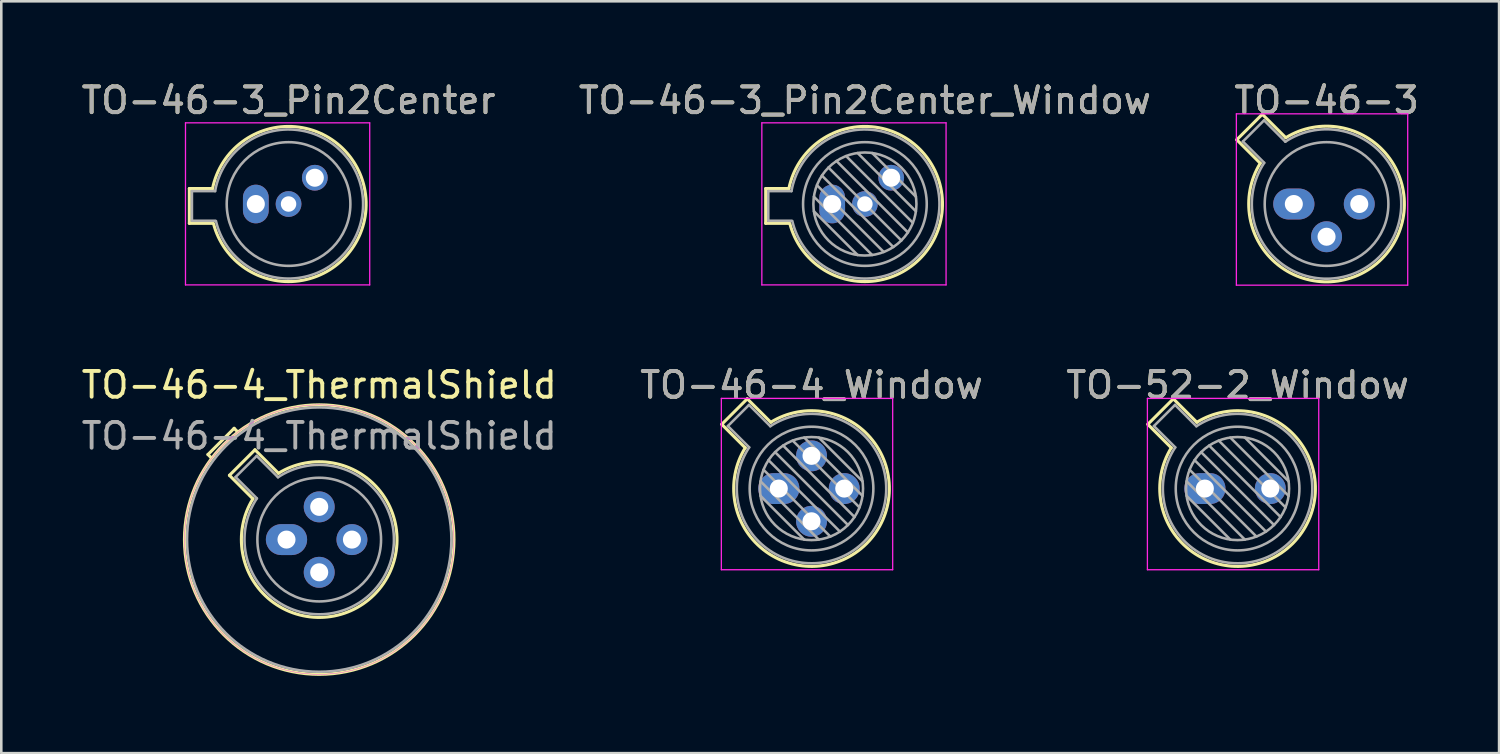
<source format=kicad_pcb>
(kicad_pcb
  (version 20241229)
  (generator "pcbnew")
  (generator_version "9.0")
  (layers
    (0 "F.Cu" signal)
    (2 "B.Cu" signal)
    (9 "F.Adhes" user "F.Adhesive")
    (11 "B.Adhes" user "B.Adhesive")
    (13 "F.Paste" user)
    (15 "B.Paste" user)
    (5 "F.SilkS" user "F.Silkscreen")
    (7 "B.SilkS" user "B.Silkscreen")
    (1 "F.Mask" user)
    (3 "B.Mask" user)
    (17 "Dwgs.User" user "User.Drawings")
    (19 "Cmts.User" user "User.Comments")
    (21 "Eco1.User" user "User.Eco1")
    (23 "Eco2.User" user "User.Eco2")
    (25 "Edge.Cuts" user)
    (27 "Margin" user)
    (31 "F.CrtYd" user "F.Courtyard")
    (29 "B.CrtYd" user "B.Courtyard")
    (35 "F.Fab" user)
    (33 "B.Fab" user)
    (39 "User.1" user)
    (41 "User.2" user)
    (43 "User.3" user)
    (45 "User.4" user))
  (footprint "TO-52-2_Window"
    (layer "F.Cu")
    (at 43.712 15.912)
    (property "Reference" "TO-52-2_Window" (at 1.27 -4.02 0) (layer "F.SilkS") (effects (font (size 1 1) (thickness 0.15))))
    (attr through_hole)
    (fp_line (start -2.214 -2.494) (end -1.302 -1.582) (stroke (width 0.12) (type solid)) (layer "F.SilkS"))
    (fp_line (start -1.224 -3.484) (end -2.214 -2.494) (stroke (width 0.12) (type solid)) (layer "F.SilkS"))
    (fp_line (start -0.312 -2.572) (end -1.224 -3.484) (stroke (width 0.12) (type solid)) (layer "F.SilkS"))
    (fp_arc (start -0.312331 -2.572281) (mid 3.405374 2.135551) (end -1.30215 -1.582544) (stroke (width 0.12) (type solid)) (layer "F.SilkS"))
    (fp_line (start -2.23 -3.5) (end -2.23 3.15) (stroke (width 0.05) (type solid)) (layer "F.CrtYd"))
    (fp_line (start -2.23 3.15) (end 4.42 3.15) (stroke (width 0.05) (type solid)) (layer "F.CrtYd"))
    (fp_line (start 4.42 -3.5) (end -2.23 -3.5) (stroke (width 0.05) (type solid)) (layer "F.CrtYd"))
    (fp_line (start 4.42 3.15) (end 4.42 -3.5) (stroke (width 0.05) (type solid)) (layer "F.CrtYd"))
    (fp_line (start -1.977 -2.426) (end -1.149 -1.599) (stroke (width 0.1) (type solid)) (layer "F.Fab"))
    (fp_line (start -1.156 -3.247) (end -1.977 -2.426) (stroke (width 0.1) (type solid)) (layer "F.Fab"))
    (fp_line (start -0.71 -0.283) (end 1.553 1.98) (stroke (width 0.1) (type solid)) (layer "F.Fab"))
    (fp_line (start -0.71 0.283) (end 0.987 1.98) (stroke (width 0.1) (type solid)) (layer "F.Fab"))
    (fp_line (start -0.592 -0.731) (end 2.001 1.862) (stroke (width 0.1) (type solid)) (layer "F.Fab"))
    (fp_line (start -0.399 -1.103) (end 2.373 1.669) (stroke (width 0.1) (type solid)) (layer "F.Fab"))
    (fp_line (start -0.329 -2.419) (end -1.156 -3.247) (stroke (width 0.1) (type solid)) (layer "F.Fab"))
    (fp_line (start -0.145 -1.415) (end 2.685 1.415) (stroke (width 0.1) (type solid)) (layer "F.Fab"))
    (fp_line (start 0.167 -1.669) (end 2.939 1.103) (stroke (width 0.1) (type solid)) (layer "F.Fab"))
    (fp_line (start 0.539 -1.862) (end 3.132 0.731) (stroke (width 0.1) (type solid)) (layer "F.Fab"))
    (fp_line (start 0.987 -1.98) (end 3.25 0.283) (stroke (width 0.1) (type solid)) (layer "F.Fab"))
    (fp_line (start 1.553 -1.98) (end 3.25 -0.283) (stroke (width 0.1) (type solid)) (layer "F.Fab"))
    (fp_arc (start -0.329057 -2.419301) (mid 3.321076 2.050143) (end -1.150029 -1.597956) (stroke (width 0.1) (type solid)) (layer "F.Fab"))
    (fp_circle (center 1.27 0) (end 3.27 0) (stroke (width 0.1) (type solid)) (fill no) (layer "F.Fab"))
    (fp_circle (center 1.27 0) (end 3.67 0) (stroke (width 0.1) (type solid)) (fill no) (layer "F.Fab"))
    (fp_text user "${REFERENCE}" (at 1.27 -4.02 0) (layer "F.Fab") (effects (font (size 1 1) (thickness 0.15))))
    (pad "1" thru_hole oval (at 0 0) (size 1.6 1.2) (drill 0.7) (layers "*.Cu" "*.Mask"))
    (pad "2" thru_hole oval (at 2.54 0) (size 1.2 1.2) (drill 0.7) (layers "*.Cu" "*.Mask")))
  (footprint "TO-46-3_Pin2Center_Window"
    (layer "F.Cu")
    (at 29.248 4.868)
    (property "Reference" "TO-46-3_Pin2Center_Window" (at 1.27 -4.02 0) (layer "F.SilkS") (effects (font (size 1 1) (thickness 0.15))))
    (attr through_hole)
    (fp_line (start -2.58 -0.6) (end -2.58 0.75) (stroke (width 0.12) (type solid)) (layer "F.SilkS"))
    (fp_line (start -2.58 0.75) (end -1.68 0.75) (stroke (width 0.12) (type solid)) (layer "F.SilkS"))
    (fp_line (start -1.68 -0.6) (end -2.58 -0.6) (stroke (width 0.12) (type solid)) (layer "F.SilkS"))
    (fp_arc (start -1.68 -0.6) (mid 4.279362 -0.078983) (end -1.644465 0.753918) (stroke (width 0.12) (type solid)) (layer "F.SilkS"))
    (fp_line (start -2.73 -3.15) (end -2.73 3.14) (stroke (width 0.05) (type solid)) (layer "F.CrtYd"))
    (fp_line (start -2.73 -3.15) (end 4.42 -3.15) (stroke (width 0.05) (type solid)) (layer "F.CrtYd"))
    (fp_line (start 4.42 3.14) (end -2.73 3.14) (stroke (width 0.05) (type solid)) (layer "F.CrtYd"))
    (fp_line (start 4.42 3.14) (end 4.42 -3.15) (stroke (width 0.05) (type solid)) (layer "F.CrtYd"))
    (fp_line (start -2.48 -0.5) (end -2.48 0.65) (stroke (width 0.1) (type solid)) (layer "F.Fab"))
    (fp_line (start -2.48 0.65) (end -1.58 0.65) (stroke (width 0.1) (type solid)) (layer "F.Fab"))
    (fp_line (start -1.58 -0.5) (end -2.48 -0.5) (stroke (width 0.1) (type solid)) (layer "F.Fab"))
    (fp_line (start -0.71 -0.283) (end 1.553 1.98) (stroke (width 0.1) (type solid)) (layer "F.Fab"))
    (fp_line (start -0.71 0.283) (end 0.987 1.98) (stroke (width 0.1) (type solid)) (layer "F.Fab"))
    (fp_line (start -0.592 -0.731) (end 2.001 1.862) (stroke (width 0.1) (type solid)) (layer "F.Fab"))
    (fp_line (start -0.399 -1.103) (end 2.373 1.669) (stroke (width 0.1) (type solid)) (layer "F.Fab"))
    (fp_line (start -0.145 -1.415) (end 2.685 1.415) (stroke (width 0.1) (type solid)) (layer "F.Fab"))
    (fp_line (start 0.167 -1.669) (end 2.939 1.103) (stroke (width 0.1) (type solid)) (layer "F.Fab"))
    (fp_line (start 0.539 -1.862) (end 3.132 0.731) (stroke (width 0.1) (type solid)) (layer "F.Fab"))
    (fp_line (start 0.987 -1.98) (end 3.25 0.283) (stroke (width 0.1) (type solid)) (layer "F.Fab"))
    (fp_line (start 1.553 -1.98) (end 3.25 -0.283) (stroke (width 0.1) (type solid)) (layer "F.Fab"))
    (fp_arc (start -1.58 -0.5) (mid 4.1624 -0.08076) (end -1.54766 0.65825) (stroke (width 0.1) (type solid)) (layer "F.Fab"))
    (fp_circle (center 1.27 0) (end 3.27 0) (stroke (width 0.1) (type solid)) (fill no) (layer "F.Fab"))
    (fp_circle (center 1.27 0) (end 3.67 0) (stroke (width 0.1) (type solid)) (fill no) (layer "F.Fab"))
    (fp_text user "${REFERENCE}" (at 1.27 -4.02 0) (layer "F.Fab") (effects (font (size 1 1) (thickness 0.15))))
    (pad "1" thru_hole oval (at 0 0 90) (size 1.5 1) (drill 0.7) (layers "*.Cu" "*.Mask"))
    (pad "2" thru_hole oval (at 1.27 0) (size 1 1) (drill 0.6) (layers "*.Cu" "*.Mask"))
    (pad "3" thru_hole oval (at 2.29 -1.02 90) (size 1 1) (drill 0.7) (layers "*.Cu" "*.Mask")))
  (footprint "TO-46-3"
    (layer "F.Cu")
    (at 47.165 4.868)
    (property "Reference" "TO-46-3" (at 1.27 -4.02 0) (layer "F.SilkS") (effects (font (size 1 1) (thickness 0.15))))
    (attr through_hole)
    (fp_line (start -2.214 -2.494) (end -1.302 -1.582) (stroke (width 0.12) (type solid)) (layer "F.SilkS"))
    (fp_line (start -1.224 -3.484) (end -2.214 -2.494) (stroke (width 0.12) (type solid)) (layer "F.SilkS"))
    (fp_line (start -0.312 -2.572) (end -1.224 -3.484) (stroke (width 0.12) (type solid)) (layer "F.SilkS"))
    (fp_arc (start -0.312331 -2.572281) (mid 3.405374 2.135551) (end -1.30215 -1.582544) (stroke (width 0.12) (type solid)) (layer "F.SilkS"))
    (fp_line (start -2.23 -3.5) (end -2.23 3.15) (stroke (width 0.05) (type solid)) (layer "F.CrtYd"))
    (fp_line (start -2.23 3.15) (end 4.42 3.15) (stroke (width 0.05) (type solid)) (layer "F.CrtYd"))
    (fp_line (start 4.42 -3.5) (end -2.23 -3.5) (stroke (width 0.05) (type solid)) (layer "F.CrtYd"))
    (fp_line (start 4.42 3.15) (end 4.42 -3.5) (stroke (width 0.05) (type solid)) (layer "F.CrtYd"))
    (fp_line (start -1.977 -2.426) (end -1.149 -1.599) (stroke (width 0.1) (type solid)) (layer "F.Fab"))
    (fp_line (start -1.156 -3.247) (end -1.977 -2.426) (stroke (width 0.1) (type solid)) (layer "F.Fab"))
    (fp_line (start -0.329 -2.419) (end -1.156 -3.247) (stroke (width 0.1) (type solid)) (layer "F.Fab"))
    (fp_arc (start -0.329057 -2.419301) (mid 3.321076 2.050143) (end -1.150029 -1.597956) (stroke (width 0.1) (type solid)) (layer "F.Fab"))
    (fp_circle (center 1.27 0) (end 3.67 0) (stroke (width 0.1) (type solid)) (fill no) (layer "F.Fab"))
    (fp_text user "${REFERENCE}" (at 1.27 -4.02 0) (layer "F.Fab") (effects (font (size 1 1) (thickness 0.15))))
    (pad "1" thru_hole oval (at 0 0) (size 1.6 1.2) (drill 0.7) (layers "*.Cu" "*.Mask"))
    (pad "2" thru_hole oval (at 1.27 1.27) (size 1.2 1.2) (drill 0.7) (layers "*.Cu" "*.Mask"))
    (pad "3" thru_hole oval (at 2.54 0) (size 1.2 1.2) (drill 0.7) (layers "*.Cu" "*.Mask")))
  (footprint "TO-46-4_ThermalShield"
    (layer "F.Cu")
    (at 8.069 17.892)
    (property "Reference" "TO-46-4_ThermalShield" (at 1.27 -6 0) (layer "F.SilkS") (effects (font (size 1 1) (thickness 0.15))))
    (fp_line (start -3.048 -3.302) (end -2.921 -3.175) (stroke (width 0.12) (type solid)) (layer "F.SilkS"))
    (fp_line (start -3.048 -3.302) (end -2.032 -4.318) (stroke (width 0.12) (type solid)) (layer "F.SilkS"))
    (fp_line (start -2.214 -2.494) (end -1.302 -1.582) (stroke (width 0.12) (type solid)) (layer "F.SilkS"))
    (fp_line (start -2.032 -4.318) (end -1.905 -4.191) (stroke (width 0.12) (type solid)) (layer "F.SilkS"))
    (fp_line (start -1.224 -3.484) (end -2.214 -2.494) (stroke (width 0.12) (type solid)) (layer "F.SilkS"))
    (fp_line (start -0.312 -2.572) (end -1.224 -3.484) (stroke (width 0.12) (type solid)) (layer "F.SilkS"))
    (fp_arc (start -0.312331 -2.572281) (mid 3.405374 2.135551) (end -1.30215 -1.582544) (stroke (width 0.12) (type solid)) (layer "F.SilkS"))
    (fp_circle (center 1.27 0) (end 6.5 0) (stroke (width 0.12) (type solid)) (fill no) (layer "F.SilkS"))
    (fp_circle (center 1.27 0) (end 6.5 0) (stroke (width 0.013) (type solid)) (fill no) (layer "F.CrtYd"))
    (fp_line (start -1.977 -2.426) (end -1.149 -1.599) (stroke (width 0.1) (type solid)) (layer "F.Fab"))
    (fp_line (start -1.156 -3.247) (end -1.977 -2.426) (stroke (width 0.1) (type solid)) (layer "F.Fab"))
    (fp_line (start -0.329 -2.419) (end -1.156 -3.247) (stroke (width 0.1) (type solid)) (layer "F.Fab"))
    (fp_arc (start -0.329057 -2.419301) (mid 3.321076 2.050143) (end -1.150029 -1.597956) (stroke (width 0.1) (type solid)) (layer "F.Fab"))
    (fp_circle (center 1.27 0) (end 3.67 0) (stroke (width 0.1) (type solid)) (fill no) (layer "F.Fab"))
    (fp_circle (center 1.27 0) (end 6.4 0) (stroke (width 0.1) (type solid)) (fill no) (layer "F.Fab"))
    (fp_text user "${REFERENCE}" (at 1.27 -4.02 0) (layer "F.Fab") (effects (font (size 1 1) (thickness 0.15))))
    (pad "1" thru_hole oval (at 0 0) (size 1.6 1.2) (drill 0.7) (layers "*.Cu" "*.Mask"))
    (pad "2" thru_hole oval (at 1.27 1.27) (size 1.2 1.2) (drill 0.7) (layers "*.Cu" "*.Mask"))
    (pad "3" thru_hole oval (at 2.54 0) (size 1.2 1.2) (drill 0.7) (layers "*.Cu" "*.Mask"))
    (pad "4" thru_hole oval (at 1.27 -1.27) (size 1.2 1.2) (drill 0.7) (layers "*.Cu" "*.Mask")))
  (footprint "TO-46-4_Window"
    (layer "F.Cu")
    (at 27.176 15.912)
    (property "Reference" "TO-46-4_Window" (at 1.27 -4.02 0) (layer "F.SilkS") (effects (font (size 1 1) (thickness 0.15))))
    (attr through_hole)
    (fp_line (start -2.214 -2.494) (end -1.302 -1.582) (stroke (width 0.12) (type solid)) (layer "F.SilkS"))
    (fp_line (start -1.224 -3.484) (end -2.214 -2.494) (stroke (width 0.12) (type solid)) (layer "F.SilkS"))
    (fp_line (start -0.312 -2.572) (end -1.224 -3.484) (stroke (width 0.12) (type solid)) (layer "F.SilkS"))
    (fp_arc (start -0.312331 -2.572281) (mid 3.405374 2.135551) (end -1.30215 -1.582544) (stroke (width 0.12) (type solid)) (layer "F.SilkS"))
    (fp_line (start -2.23 -3.5) (end -2.23 3.15) (stroke (width 0.05) (type solid)) (layer "F.CrtYd"))
    (fp_line (start -2.23 3.15) (end 4.42 3.15) (stroke (width 0.05) (type solid)) (layer "F.CrtYd"))
    (fp_line (start 4.42 -3.5) (end -2.23 -3.5) (stroke (width 0.05) (type solid)) (layer "F.CrtYd"))
    (fp_line (start 4.42 3.15) (end 4.42 -3.5) (stroke (width 0.05) (type solid)) (layer "F.CrtYd"))
    (fp_line (start -1.977 -2.426) (end -1.149 -1.599) (stroke (width 0.1) (type solid)) (layer "F.Fab"))
    (fp_line (start -1.156 -3.247) (end -1.977 -2.426) (stroke (width 0.1) (type solid)) (layer "F.Fab"))
    (fp_line (start -0.71 -0.283) (end 1.553 1.98) (stroke (width 0.1) (type solid)) (layer "F.Fab"))
    (fp_line (start -0.71 0.283) (end 0.987 1.98) (stroke (width 0.1) (type solid)) (layer "F.Fab"))
    (fp_line (start -0.592 -0.731) (end 2.001 1.862) (stroke (width 0.1) (type solid)) (layer "F.Fab"))
    (fp_line (start -0.399 -1.103) (end 2.373 1.669) (stroke (width 0.1) (type solid)) (layer "F.Fab"))
    (fp_line (start -0.329 -2.419) (end -1.156 -3.247) (stroke (width 0.1) (type solid)) (layer "F.Fab"))
    (fp_line (start -0.145 -1.415) (end 2.685 1.415) (stroke (width 0.1) (type solid)) (layer "F.Fab"))
    (fp_line (start 0.167 -1.669) (end 2.939 1.103) (stroke (width 0.1) (type solid)) (layer "F.Fab"))
    (fp_line (start 0.539 -1.862) (end 3.132 0.731) (stroke (width 0.1) (type solid)) (layer "F.Fab"))
    (fp_line (start 0.987 -1.98) (end 3.25 0.283) (stroke (width 0.1) (type solid)) (layer "F.Fab"))
    (fp_line (start 1.553 -1.98) (end 3.25 -0.283) (stroke (width 0.1) (type solid)) (layer "F.Fab"))
    (fp_arc (start -0.329057 -2.419301) (mid 3.321076 2.050143) (end -1.150029 -1.597956) (stroke (width 0.1) (type solid)) (layer "F.Fab"))
    (fp_circle (center 1.27 0) (end 3.27 0) (stroke (width 0.1) (type solid)) (fill no) (layer "F.Fab"))
    (fp_circle (center 1.27 0) (end 3.67 0) (stroke (width 0.1) (type solid)) (fill no) (layer "F.Fab"))
    (fp_text user "${REFERENCE}" (at 1.27 -4.02 0) (layer "F.Fab") (effects (font (size 1 1) (thickness 0.15))))
    (pad "1" thru_hole oval (at 0 0) (size 1.6 1.2) (drill 0.7) (layers "*.Cu" "*.Mask"))
    (pad "2" thru_hole oval (at 1.27 1.27) (size 1.2 1.2) (drill 0.7) (layers "*.Cu" "*.Mask"))
    (pad "3" thru_hole oval (at 2.54 0) (size 1.2 1.2) (drill 0.7) (layers "*.Cu" "*.Mask"))
    (pad "4" thru_hole oval (at 1.27 -1.27) (size 1.2 1.2) (drill 0.7) (layers "*.Cu" "*.Mask")))
  (footprint "TO-46-3_Pin2Center"
    (layer "F.Cu")
    (at 6.879 4.868)
    (property "Reference" "TO-46-3_Pin2Center" (at 1.27 -4.02 0) (layer "F.SilkS") (effects (font (size 1 1) (thickness 0.15))))
    (attr through_hole)
    (fp_line (start -2.58 -0.6) (end -2.58 0.75) (stroke (width 0.12) (type solid)) (layer "F.SilkS"))
    (fp_line (start -2.58 0.75) (end -1.68 0.75) (stroke (width 0.12) (type solid)) (layer "F.SilkS"))
    (fp_line (start -1.68 -0.6) (end -2.58 -0.6) (stroke (width 0.12) (type solid)) (layer "F.SilkS"))
    (fp_arc (start -1.68 -0.6) (mid 4.279362 -0.078983) (end -1.644465 0.753918) (stroke (width 0.12) (type solid)) (layer "F.SilkS"))
    (fp_line (start -2.73 -3.15) (end -2.73 3.14) (stroke (width 0.05) (type solid)) (layer "F.CrtYd"))
    (fp_line (start -2.73 -3.15) (end 4.42 -3.15) (stroke (width 0.05) (type solid)) (layer "F.CrtYd"))
    (fp_line (start 4.42 3.14) (end -2.73 3.14) (stroke (width 0.05) (type solid)) (layer "F.CrtYd"))
    (fp_line (start 4.42 3.14) (end 4.42 -3.15) (stroke (width 0.05) (type solid)) (layer "F.CrtYd"))
    (fp_line (start -2.48 -0.5) (end -2.48 0.65) (stroke (width 0.1) (type solid)) (layer "F.Fab"))
    (fp_line (start -2.48 0.65) (end -1.58 0.65) (stroke (width 0.1) (type solid)) (layer "F.Fab"))
    (fp_line (start -1.58 -0.5) (end -2.48 -0.5) (stroke (width 0.1) (type solid)) (layer "F.Fab"))
    (fp_arc (start -1.58 -0.5) (mid 4.1624 -0.08076) (end -1.54766 0.65825) (stroke (width 0.1) (type solid)) (layer "F.Fab"))
    (fp_circle (center 1.27 0) (end 3.67 0) (stroke (width 0.1) (type solid)) (fill no) (layer "F.Fab"))
    (fp_text user "${REFERENCE}" (at 1.27 -4.02 0) (layer "F.Fab") (effects (font (size 1 1) (thickness 0.15))))
    (pad "1" thru_hole oval (at 0 0 90) (size 1.5 1) (drill 0.7) (layers "*.Cu" "*.Mask"))
    (pad "2" thru_hole oval (at 1.27 0) (size 1 1) (drill 0.6) (layers "*.Cu" "*.Mask"))
    (pad "3" thru_hole oval (at 2.29 -1.02 90) (size 1 1) (drill 0.7) (layers "*.Cu" "*.Mask")))
  (gr_rect
    (start -3 -3)
    (end 55.131 26.181)
    (stroke (width 0.1) (type default))
    (fill no)
    (layer "Edge.Cuts")))
</source>
